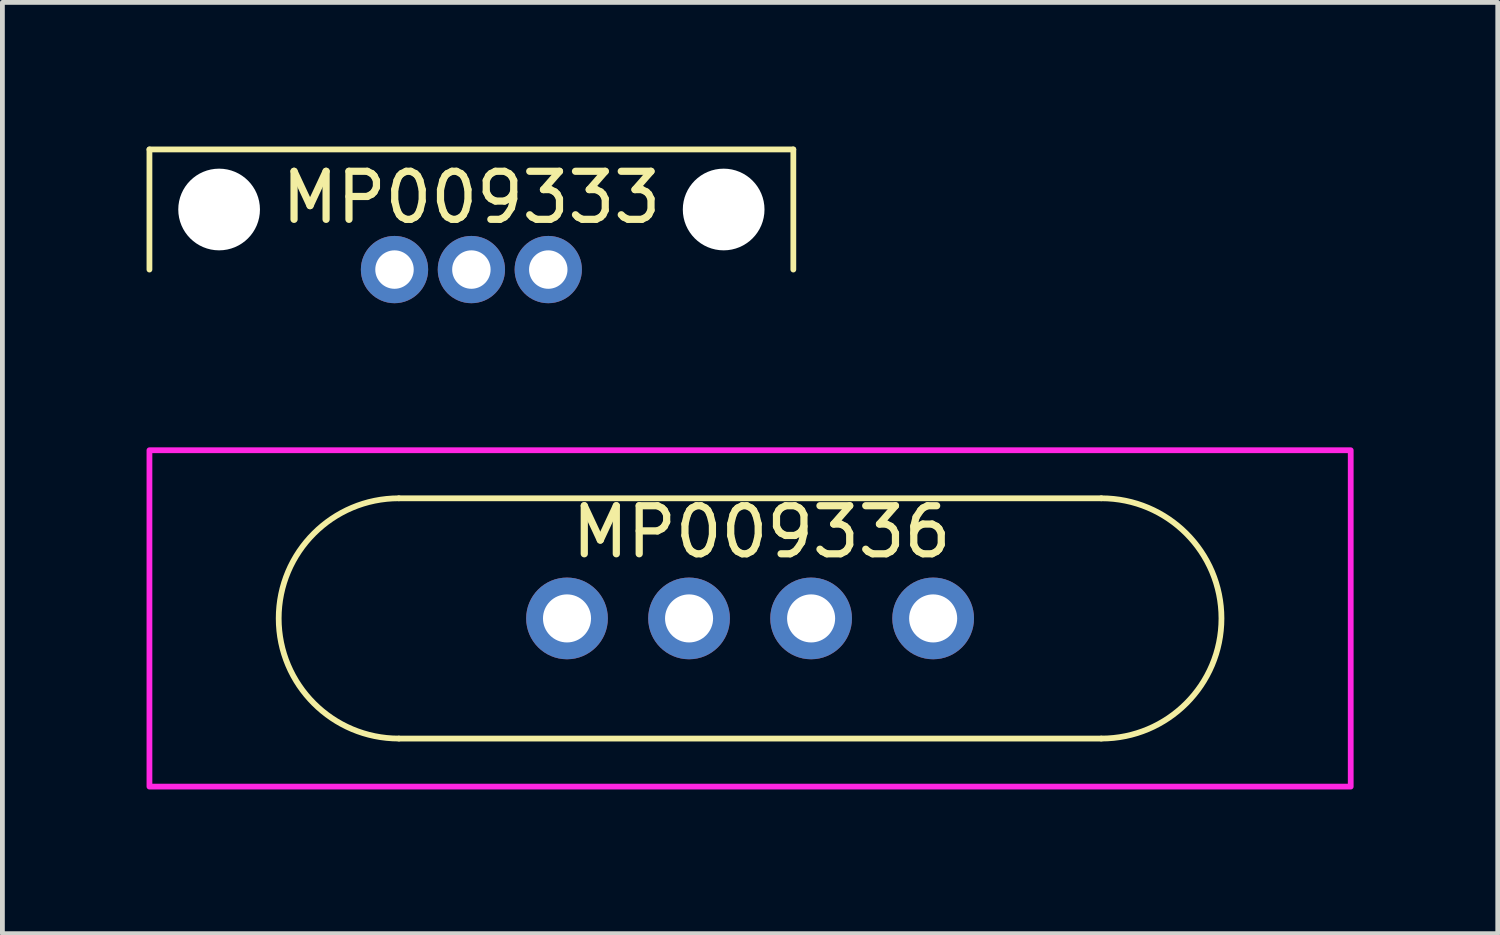
<source format=kicad_pcb>
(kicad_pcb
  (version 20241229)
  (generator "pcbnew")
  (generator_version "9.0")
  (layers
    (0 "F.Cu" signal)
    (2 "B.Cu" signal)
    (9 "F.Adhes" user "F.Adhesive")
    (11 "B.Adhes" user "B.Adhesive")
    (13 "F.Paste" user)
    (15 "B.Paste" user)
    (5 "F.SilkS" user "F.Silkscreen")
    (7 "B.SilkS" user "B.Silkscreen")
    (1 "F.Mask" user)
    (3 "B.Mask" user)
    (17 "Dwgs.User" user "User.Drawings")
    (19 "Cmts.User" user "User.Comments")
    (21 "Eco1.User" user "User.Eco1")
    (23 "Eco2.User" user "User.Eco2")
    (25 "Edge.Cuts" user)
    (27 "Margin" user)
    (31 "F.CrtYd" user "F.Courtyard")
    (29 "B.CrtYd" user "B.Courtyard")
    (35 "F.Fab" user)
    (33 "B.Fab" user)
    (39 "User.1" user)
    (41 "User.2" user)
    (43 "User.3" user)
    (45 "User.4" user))
  (footprint "MP009336"
    (layer "F.Cu")
    (at 12.56 9.82)
    (property "Reference" "MP009336" (at 0.24 -1.8 0) (unlocked yes) (layer "F.SilkS") (effects (font (size 1 1) (thickness 0.15))))
    (attr through_hole)
    (fp_line (start -7.31 -2.5) (end 7.31 -2.5) (stroke (width 0.12) (type solid)) (layer "F.SilkS"))
    (fp_line (start -7.31 2.5) (end 7.31 2.5) (stroke (width 0.12) (type solid)) (layer "F.SilkS"))
    (fp_arc (start -7.31 2.5) (mid -9.81 0) (end -7.31 -2.5) (stroke (width 0.12) (type solid)) (layer "F.SilkS"))
    (fp_arc (start 7.31 -2.5) (mid 9.81 0) (end 7.31 2.5) (stroke (width 0.12) (type solid)) (layer "F.SilkS"))
    (fp_rect (start -12.5 -3.5) (end 12.5 3.5) (stroke (width 0.12) (type solid)) (fill no) (layer "F.CrtYd"))
    (pad "1" thru_hole circle (at -3.81 0) (size 1.7 1.7) (drill 1) (layers "*.Cu" "*.Mask"))
    (pad "2" thru_hole circle (at -1.27 0) (size 1.7 1.7) (drill 1) (layers "*.Cu" "*.Mask"))
    (pad "3" thru_hole circle (at 1.27 0) (size 1.7 1.7) (drill 1) (layers "*.Cu" "*.Mask"))
    (pad "4" thru_hole circle (at 3.81 0) (size 1.7 1.7) (drill 1) (layers "*.Cu" "*.Mask")))
  (footprint "MP009333"
    (layer "F.Cu")
    (at 6.76 2.56)
    (property "Reference" "MP009333" (at 0 -1.5 0) (unlocked yes) (layer "F.SilkS") (effects (font (size 1 1) (thickness 0.15))))
    (attr through_hole)
    (fp_line (start -6.7 -2.5) (end 6.7 -2.5) (stroke (width 0.12) (type solid)) (layer "F.SilkS"))
    (fp_line (start -6.7 0) (end -6.7 -2.5) (stroke (width 0.12) (type solid)) (layer "F.SilkS"))
    (fp_line (start 6.7 -2.5) (end 6.7 0) (stroke (width 0.12) (type solid)) (layer "F.SilkS"))
    (pad "" np_thru_hole circle (at -5.25 -1.25) (size 1.7 1.7) (drill 1.7) (layers "*.Cu" "*.Mask"))
    (pad "" np_thru_hole circle (at 5.25 -1.25) (size 1.7 1.7) (drill 1.7) (layers "*.Cu" "*.Mask"))
    (pad "1" thru_hole circle (at -1.6 0) (size 1.4 1.4) (drill 0.8) (layers "*.Cu" "*.Mask"))
    (pad "2" thru_hole circle (at 0 0) (size 1.4 1.4) (drill 0.8) (layers "*.Cu" "*.Mask"))
    (pad "3" thru_hole circle (at 1.6 0) (size 1.4 1.4) (drill 0.8) (layers "*.Cu" "*.Mask")))
  (gr_rect
    (start -3 -3)
    (end 28.12 16.38)
    (stroke (width 0.1) (type default))
    (fill no)
    (layer "Edge.Cuts")))
</source>
